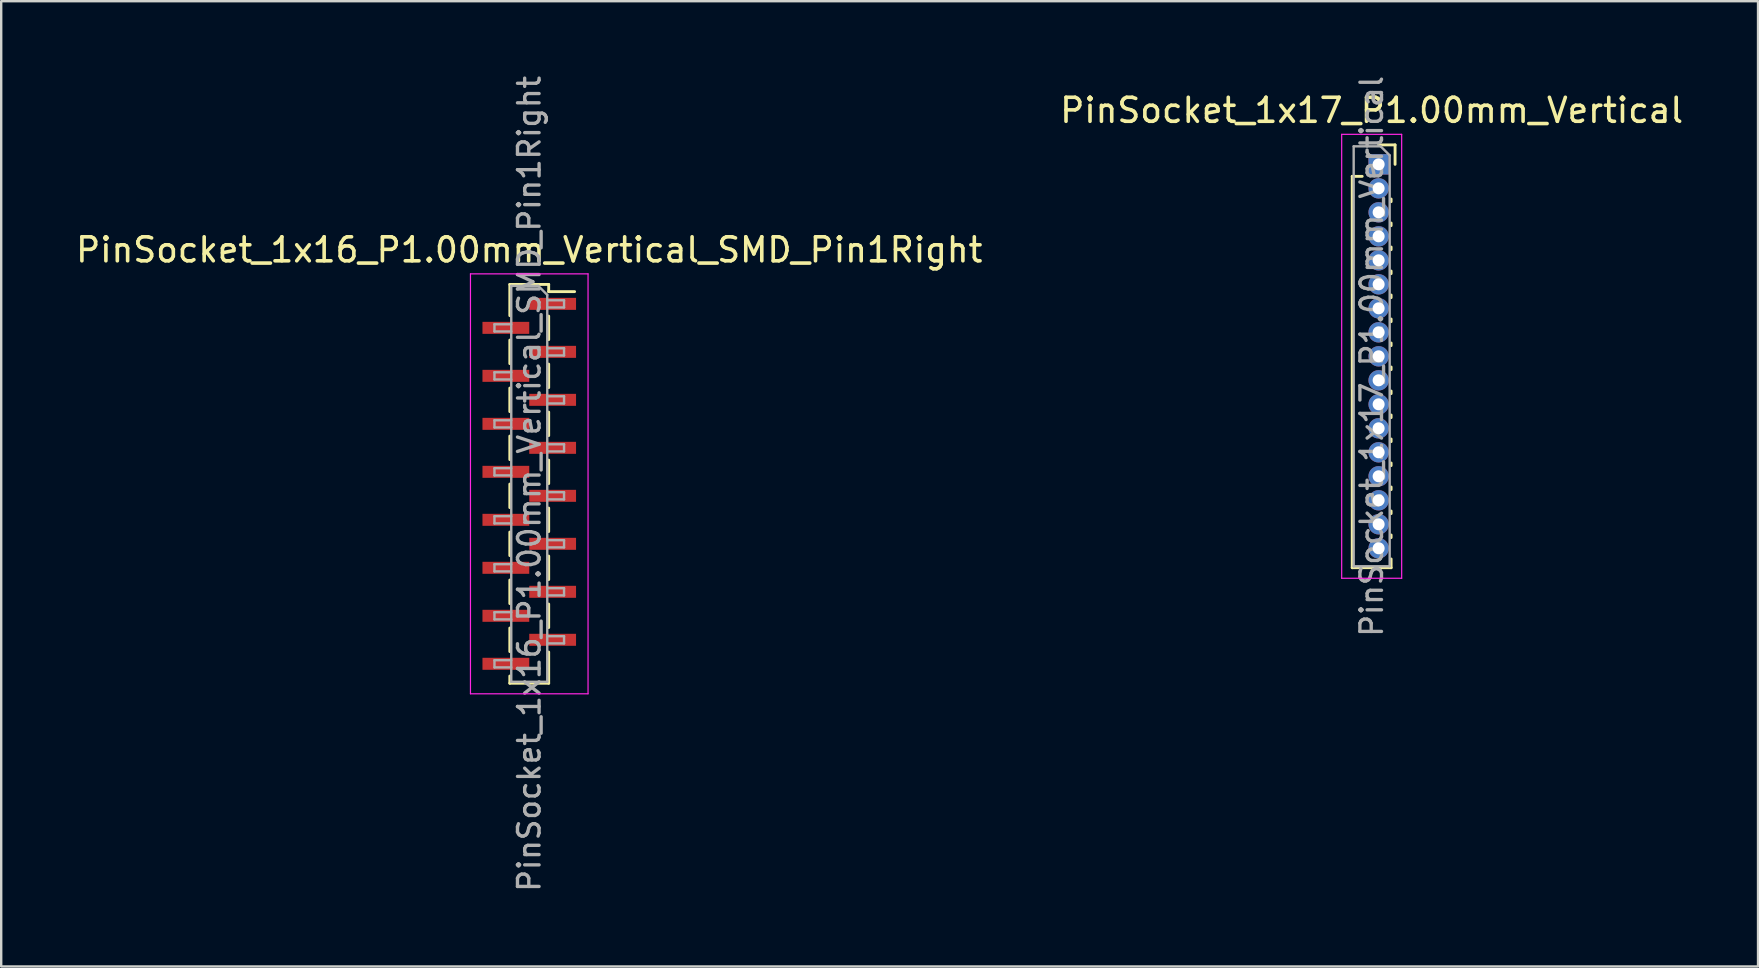
<source format=kicad_pcb>
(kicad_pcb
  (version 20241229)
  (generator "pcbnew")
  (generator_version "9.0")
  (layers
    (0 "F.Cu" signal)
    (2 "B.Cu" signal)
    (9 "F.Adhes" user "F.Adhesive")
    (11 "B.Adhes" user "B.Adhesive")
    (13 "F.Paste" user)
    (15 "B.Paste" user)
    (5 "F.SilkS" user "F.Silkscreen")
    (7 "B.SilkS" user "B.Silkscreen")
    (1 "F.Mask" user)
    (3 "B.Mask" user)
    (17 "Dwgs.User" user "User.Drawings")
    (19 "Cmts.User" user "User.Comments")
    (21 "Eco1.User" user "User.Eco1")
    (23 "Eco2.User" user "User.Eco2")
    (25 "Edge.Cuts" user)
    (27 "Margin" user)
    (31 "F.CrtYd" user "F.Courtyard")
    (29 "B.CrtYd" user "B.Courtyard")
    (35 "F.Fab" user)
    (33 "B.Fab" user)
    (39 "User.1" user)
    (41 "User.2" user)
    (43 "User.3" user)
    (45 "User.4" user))
  (footprint "PinSocket_1x16_P1.00mm_Vertical_SMD_Pin1Right"
    (layer "F.Cu")
    (at 19.006 17.113)
    (property "Reference" "PinSocket_1x16_P1.00mm_Vertical_SMD_Pin1Right" (at 0 -9.75 0) (layer "F.SilkS") (effects (font (size 1 1) (thickness 0.15))))
    (attr smd)
    (fp_line (start -0.81 -8.31) (end -0.81 -7.01) (stroke (width 0.12) (type solid)) (layer "F.SilkS"))
    (fp_line (start -0.81 -8.31) (end 0.81 -8.31) (stroke (width 0.12) (type solid)) (layer "F.SilkS"))
    (fp_line (start -0.81 -5.99) (end -0.81 -5.01) (stroke (width 0.12) (type solid)) (layer "F.SilkS"))
    (fp_line (start -0.81 -3.99) (end -0.81 -3.01) (stroke (width 0.12) (type solid)) (layer "F.SilkS"))
    (fp_line (start -0.81 -1.99) (end -0.81 -1.01) (stroke (width 0.12) (type solid)) (layer "F.SilkS"))
    (fp_line (start -0.81 0.01) (end -0.81 0.99) (stroke (width 0.12) (type solid)) (layer "F.SilkS"))
    (fp_line (start -0.81 2.01) (end -0.81 2.99) (stroke (width 0.12) (type solid)) (layer "F.SilkS"))
    (fp_line (start -0.81 4.01) (end -0.81 4.99) (stroke (width 0.12) (type solid)) (layer "F.SilkS"))
    (fp_line (start -0.81 6.01) (end -0.81 6.99) (stroke (width 0.12) (type solid)) (layer "F.SilkS"))
    (fp_line (start -0.81 8.01) (end -0.81 8.31) (stroke (width 0.12) (type solid)) (layer "F.SilkS"))
    (fp_line (start -0.81 8.31) (end 0.81 8.31) (stroke (width 0.12) (type solid)) (layer "F.SilkS"))
    (fp_line (start 0.81 -8.31) (end 0.81 -8.01) (stroke (width 0.12) (type solid)) (layer "F.SilkS"))
    (fp_line (start 0.81 -8.01) (end 1.89 -8.01) (stroke (width 0.12) (type solid)) (layer "F.SilkS"))
    (fp_line (start 0.81 -6.99) (end 0.81 -6.01) (stroke (width 0.12) (type solid)) (layer "F.SilkS"))
    (fp_line (start 0.81 -4.99) (end 0.81 -4.01) (stroke (width 0.12) (type solid)) (layer "F.SilkS"))
    (fp_line (start 0.81 -2.99) (end 0.81 -2.01) (stroke (width 0.12) (type solid)) (layer "F.SilkS"))
    (fp_line (start 0.81 -0.99) (end 0.81 -0.01) (stroke (width 0.12) (type solid)) (layer "F.SilkS"))
    (fp_line (start 0.81 1.01) (end 0.81 1.99) (stroke (width 0.12) (type solid)) (layer "F.SilkS"))
    (fp_line (start 0.81 3.01) (end 0.81 3.99) (stroke (width 0.12) (type solid)) (layer "F.SilkS"))
    (fp_line (start 0.81 5.01) (end 0.81 5.99) (stroke (width 0.12) (type solid)) (layer "F.SilkS"))
    (fp_line (start 0.81 7.01) (end 0.81 8.31) (stroke (width 0.12) (type solid)) (layer "F.SilkS"))
    (fp_line (start -2.45 -8.75) (end 2.45 -8.75) (stroke (width 0.05) (type solid)) (layer "F.CrtYd"))
    (fp_line (start -2.45 8.75) (end -2.45 -8.75) (stroke (width 0.05) (type solid)) (layer "F.CrtYd"))
    (fp_line (start 2.45 -8.75) (end 2.45 8.75) (stroke (width 0.05) (type solid)) (layer "F.CrtYd"))
    (fp_line (start 2.45 8.75) (end -2.45 8.75) (stroke (width 0.05) (type solid)) (layer "F.CrtYd"))
    (fp_line (start -1.45 -6.65) (end -0.75 -6.65) (stroke (width 0.1) (type solid)) (layer "F.Fab"))
    (fp_line (start -1.45 -6.35) (end -1.45 -6.65) (stroke (width 0.1) (type solid)) (layer "F.Fab"))
    (fp_line (start -1.45 -4.65) (end -0.75 -4.65) (stroke (width 0.1) (type solid)) (layer "F.Fab"))
    (fp_line (start -1.45 -4.35) (end -1.45 -4.65) (stroke (width 0.1) (type solid)) (layer "F.Fab"))
    (fp_line (start -1.45 -2.65) (end -0.75 -2.65) (stroke (width 0.1) (type solid)) (layer "F.Fab"))
    (fp_line (start -1.45 -2.35) (end -1.45 -2.65) (stroke (width 0.1) (type solid)) (layer "F.Fab"))
    (fp_line (start -1.45 -0.65) (end -0.75 -0.65) (stroke (width 0.1) (type solid)) (layer "F.Fab"))
    (fp_line (start -1.45 -0.35) (end -1.45 -0.65) (stroke (width 0.1) (type solid)) (layer "F.Fab"))
    (fp_line (start -1.45 1.35) (end -0.75 1.35) (stroke (width 0.1) (type solid)) (layer "F.Fab"))
    (fp_line (start -1.45 1.65) (end -1.45 1.35) (stroke (width 0.1) (type solid)) (layer "F.Fab"))
    (fp_line (start -1.45 3.35) (end -0.75 3.35) (stroke (width 0.1) (type solid)) (layer "F.Fab"))
    (fp_line (start -1.45 3.65) (end -1.45 3.35) (stroke (width 0.1) (type solid)) (layer "F.Fab"))
    (fp_line (start -1.45 5.35) (end -0.75 5.35) (stroke (width 0.1) (type solid)) (layer "F.Fab"))
    (fp_line (start -1.45 5.65) (end -1.45 5.35) (stroke (width 0.1) (type solid)) (layer "F.Fab"))
    (fp_line (start -1.45 7.35) (end -0.75 7.35) (stroke (width 0.1) (type solid)) (layer "F.Fab"))
    (fp_line (start -1.45 7.65) (end -1.45 7.35) (stroke (width 0.1) (type solid)) (layer "F.Fab"))
    (fp_line (start -0.75 -8.25) (end 0.375 -8.25) (stroke (width 0.1) (type solid)) (layer "F.Fab"))
    (fp_line (start -0.75 -6.35) (end -1.45 -6.35) (stroke (width 0.1) (type solid)) (layer "F.Fab"))
    (fp_line (start -0.75 -4.35) (end -1.45 -4.35) (stroke (width 0.1) (type solid)) (layer "F.Fab"))
    (fp_line (start -0.75 -2.35) (end -1.45 -2.35) (stroke (width 0.1) (type solid)) (layer "F.Fab"))
    (fp_line (start -0.75 -0.35) (end -1.45 -0.35) (stroke (width 0.1) (type solid)) (layer "F.Fab"))
    (fp_line (start -0.75 1.65) (end -1.45 1.65) (stroke (width 0.1) (type solid)) (layer "F.Fab"))
    (fp_line (start -0.75 3.65) (end -1.45 3.65) (stroke (width 0.1) (type solid)) (layer "F.Fab"))
    (fp_line (start -0.75 5.65) (end -1.45 5.65) (stroke (width 0.1) (type solid)) (layer "F.Fab"))
    (fp_line (start -0.75 7.65) (end -1.45 7.65) (stroke (width 0.1) (type solid)) (layer "F.Fab"))
    (fp_line (start -0.75 8.25) (end -0.75 -8.25) (stroke (width 0.1) (type solid)) (layer "F.Fab"))
    (fp_line (start 0.375 -8.25) (end 0.75 -7.875) (stroke (width 0.1) (type solid)) (layer "F.Fab"))
    (fp_line (start 0.75 -7.875) (end 0.75 8.25) (stroke (width 0.1) (type solid)) (layer "F.Fab"))
    (fp_line (start 0.75 -7.65) (end 1.45 -7.65) (stroke (width 0.1) (type solid)) (layer "F.Fab"))
    (fp_line (start 0.75 -5.65) (end 1.45 -5.65) (stroke (width 0.1) (type solid)) (layer "F.Fab"))
    (fp_line (start 0.75 -3.65) (end 1.45 -3.65) (stroke (width 0.1) (type solid)) (layer "F.Fab"))
    (fp_line (start 0.75 -1.65) (end 1.45 -1.65) (stroke (width 0.1) (type solid)) (layer "F.Fab"))
    (fp_line (start 0.75 0.35) (end 1.45 0.35) (stroke (width 0.1) (type solid)) (layer "F.Fab"))
    (fp_line (start 0.75 2.35) (end 1.45 2.35) (stroke (width 0.1) (type solid)) (layer "F.Fab"))
    (fp_line (start 0.75 4.35) (end 1.45 4.35) (stroke (width 0.1) (type solid)) (layer "F.Fab"))
    (fp_line (start 0.75 6.35) (end 1.45 6.35) (stroke (width 0.1) (type solid)) (layer "F.Fab"))
    (fp_line (start 0.75 8.25) (end -0.75 8.25) (stroke (width 0.1) (type solid)) (layer "F.Fab"))
    (fp_line (start 1.45 -7.65) (end 1.45 -7.35) (stroke (width 0.1) (type solid)) (layer "F.Fab"))
    (fp_line (start 1.45 -7.35) (end 0.75 -7.35) (stroke (width 0.1) (type solid)) (layer "F.Fab"))
    (fp_line (start 1.45 -5.65) (end 1.45 -5.35) (stroke (width 0.1) (type solid)) (layer "F.Fab"))
    (fp_line (start 1.45 -5.35) (end 0.75 -5.35) (stroke (width 0.1) (type solid)) (layer "F.Fab"))
    (fp_line (start 1.45 -3.65) (end 1.45 -3.35) (stroke (width 0.1) (type solid)) (layer "F.Fab"))
    (fp_line (start 1.45 -3.35) (end 0.75 -3.35) (stroke (width 0.1) (type solid)) (layer "F.Fab"))
    (fp_line (start 1.45 -1.65) (end 1.45 -1.35) (stroke (width 0.1) (type solid)) (layer "F.Fab"))
    (fp_line (start 1.45 -1.35) (end 0.75 -1.35) (stroke (width 0.1) (type solid)) (layer "F.Fab"))
    (fp_line (start 1.45 0.35) (end 1.45 0.65) (stroke (width 0.1) (type solid)) (layer "F.Fab"))
    (fp_line (start 1.45 0.65) (end 0.75 0.65) (stroke (width 0.1) (type solid)) (layer "F.Fab"))
    (fp_line (start 1.45 2.35) (end 1.45 2.65) (stroke (width 0.1) (type solid)) (layer "F.Fab"))
    (fp_line (start 1.45 2.65) (end 0.75 2.65) (stroke (width 0.1) (type solid)) (layer "F.Fab"))
    (fp_line (start 1.45 4.35) (end 1.45 4.65) (stroke (width 0.1) (type solid)) (layer "F.Fab"))
    (fp_line (start 1.45 4.65) (end 0.75 4.65) (stroke (width 0.1) (type solid)) (layer "F.Fab"))
    (fp_line (start 1.45 6.35) (end 1.45 6.65) (stroke (width 0.1) (type solid)) (layer "F.Fab"))
    (fp_line (start 1.45 6.65) (end 0.75 6.65) (stroke (width 0.1) (type solid)) (layer "F.Fab"))
    (fp_text user "${REFERENCE}" (at 0 0 90) (layer "F.Fab") (effects (font (size 0.9 0.9) (thickness 0.14))))
    (pad "1" smd rect (at 0.975 -7.5) (size 1.95 0.5) (layers "F.Cu" "F.Mask" "F.Paste"))
    (pad "2" smd rect (at -0.975 -6.5) (size 1.95 0.5) (layers "F.Cu" "F.Mask" "F.Paste"))
    (pad "3" smd rect (at 0.975 -5.5) (size 1.95 0.5) (layers "F.Cu" "F.Mask" "F.Paste"))
    (pad "4" smd rect (at -0.975 -4.5) (size 1.95 0.5) (layers "F.Cu" "F.Mask" "F.Paste"))
    (pad "5" smd rect (at 0.975 -3.5) (size 1.95 0.5) (layers "F.Cu" "F.Mask" "F.Paste"))
    (pad "6" smd rect (at -0.975 -2.5) (size 1.95 0.5) (layers "F.Cu" "F.Mask" "F.Paste"))
    (pad "7" smd rect (at 0.975 -1.5) (size 1.95 0.5) (layers "F.Cu" "F.Mask" "F.Paste"))
    (pad "8" smd rect (at -0.975 -0.5) (size 1.95 0.5) (layers "F.Cu" "F.Mask" "F.Paste"))
    (pad "9" smd rect (at 0.975 0.5) (size 1.95 0.5) (layers "F.Cu" "F.Mask" "F.Paste"))
    (pad "10" smd rect (at -0.975 1.5) (size 1.95 0.5) (layers "F.Cu" "F.Mask" "F.Paste"))
    (pad "11" smd rect (at 0.975 2.5) (size 1.95 0.5) (layers "F.Cu" "F.Mask" "F.Paste"))
    (pad "12" smd rect (at -0.975 3.5) (size 1.95 0.5) (layers "F.Cu" "F.Mask" "F.Paste"))
    (pad "13" smd rect (at 0.975 4.5) (size 1.95 0.5) (layers "F.Cu" "F.Mask" "F.Paste"))
    (pad "14" smd rect (at -0.975 5.5) (size 1.95 0.5) (layers "F.Cu" "F.Mask" "F.Paste"))
    (pad "15" smd rect (at 0.975 6.5) (size 1.95 0.5) (layers "F.Cu" "F.Mask" "F.Paste"))
    (pad "16" smd rect (at -0.975 7.5) (size 1.95 0.5) (layers "F.Cu" "F.Mask" "F.Paste")))
  (footprint "PinSocket_1x17_P1.00mm_Vertical"
    (layer "F.Cu")
    (at 54.403 3.799)
    (property "Reference" "PinSocket_1x17_P1.00mm_Vertical" (at -0.29 -2.25 0) (layer "F.SilkS") (effects (font (size 1 1) (thickness 0.15))))
    (attr through_hole)
    (fp_line (start -1.1 0.5) (end -1.1 16.81) (stroke (width 0.12) (type solid)) (layer "F.SilkS"))
    (fp_line (start -1.1 0.5) (end -0.685 0.5) (stroke (width 0.12) (type solid)) (layer "F.SilkS"))
    (fp_line (start -1.1 16.81) (end 0.52 16.81) (stroke (width 0.12) (type solid)) (layer "F.SilkS"))
    (fp_line (start 0 -0.81) (end 0.685 -0.81) (stroke (width 0.12) (type solid)) (layer "F.SilkS"))
    (fp_line (start 0.52 1.446) (end 0.52 1.554) (stroke (width 0.12) (type solid)) (layer "F.SilkS"))
    (fp_line (start 0.52 2.446) (end 0.52 2.554) (stroke (width 0.12) (type solid)) (layer "F.SilkS"))
    (fp_line (start 0.52 3.446) (end 0.52 3.554) (stroke (width 0.12) (type solid)) (layer "F.SilkS"))
    (fp_line (start 0.52 4.446) (end 0.52 4.554) (stroke (width 0.12) (type solid)) (layer "F.SilkS"))
    (fp_line (start 0.52 5.446) (end 0.52 5.554) (stroke (width 0.12) (type solid)) (layer "F.SilkS"))
    (fp_line (start 0.52 6.446) (end 0.52 6.554) (stroke (width 0.12) (type solid)) (layer "F.SilkS"))
    (fp_line (start 0.52 7.446) (end 0.52 7.554) (stroke (width 0.12) (type solid)) (layer "F.SilkS"))
    (fp_line (start 0.52 8.446) (end 0.52 8.554) (stroke (width 0.12) (type solid)) (layer "F.SilkS"))
    (fp_line (start 0.52 9.446) (end 0.52 9.554) (stroke (width 0.12) (type solid)) (layer "F.SilkS"))
    (fp_line (start 0.52 10.446) (end 0.52 10.554) (stroke (width 0.12) (type solid)) (layer "F.SilkS"))
    (fp_line (start 0.52 11.446) (end 0.52 11.554) (stroke (width 0.12) (type solid)) (layer "F.SilkS"))
    (fp_line (start 0.52 12.446) (end 0.52 12.554) (stroke (width 0.12) (type solid)) (layer "F.SilkS"))
    (fp_line (start 0.52 13.446) (end 0.52 13.554) (stroke (width 0.12) (type solid)) (layer "F.SilkS"))
    (fp_line (start 0.52 14.446) (end 0.52 14.554) (stroke (width 0.12) (type solid)) (layer "F.SilkS"))
    (fp_line (start 0.52 15.446) (end 0.52 15.554) (stroke (width 0.12) (type solid)) (layer "F.SilkS"))
    (fp_line (start 0.52 16.446) (end 0.52 16.81) (stroke (width 0.12) (type solid)) (layer "F.SilkS"))
    (fp_line (start 0.685 -0.81) (end 0.685 0) (stroke (width 0.12) (type solid)) (layer "F.SilkS"))
    (fp_line (start -1.54 -1.25) (end 0.96 -1.25) (stroke (width 0.05) (type solid)) (layer "F.CrtYd"))
    (fp_line (start -1.54 17.25) (end -1.54 -1.25) (stroke (width 0.05) (type solid)) (layer "F.CrtYd"))
    (fp_line (start 0.96 -1.25) (end 0.96 17.25) (stroke (width 0.05) (type solid)) (layer "F.CrtYd"))
    (fp_line (start 0.96 17.25) (end -1.54 17.25) (stroke (width 0.05) (type solid)) (layer "F.CrtYd"))
    (fp_line (start -1.04 -0.75) (end 0.085 -0.75) (stroke (width 0.1) (type solid)) (layer "F.Fab"))
    (fp_line (start -1.04 16.75) (end -1.04 -0.75) (stroke (width 0.1) (type solid)) (layer "F.Fab"))
    (fp_line (start 0.085 -0.75) (end 0.46 -0.375) (stroke (width 0.1) (type solid)) (layer "F.Fab"))
    (fp_line (start 0.46 -0.375) (end 0.46 16.75) (stroke (width 0.1) (type solid)) (layer "F.Fab"))
    (fp_line (start 0.46 16.75) (end -1.04 16.75) (stroke (width 0.1) (type solid)) (layer "F.Fab"))
    (fp_text user "${REFERENCE}" (at -0.29 8 90) (layer "F.Fab") (effects (font (size 0.9 0.9) (thickness 0.14))))
    (pad "1" thru_hole rect (at 0 0) (size 0.85 0.85) (drill 0.5) (layers "*.Cu" "*.Mask"))
    (pad "2" thru_hole oval (at 0 1) (size 0.85 0.85) (drill 0.5) (layers "*.Cu" "*.Mask"))
    (pad "3" thru_hole oval (at 0 2) (size 0.85 0.85) (drill 0.5) (layers "*.Cu" "*.Mask"))
    (pad "4" thru_hole oval (at 0 3) (size 0.85 0.85) (drill 0.5) (layers "*.Cu" "*.Mask"))
    (pad "5" thru_hole oval (at 0 4) (size 0.85 0.85) (drill 0.5) (layers "*.Cu" "*.Mask"))
    (pad "6" thru_hole oval (at 0 5) (size 0.85 0.85) (drill 0.5) (layers "*.Cu" "*.Mask"))
    (pad "7" thru_hole oval (at 0 6) (size 0.85 0.85) (drill 0.5) (layers "*.Cu" "*.Mask"))
    (pad "8" thru_hole oval (at 0 7) (size 0.85 0.85) (drill 0.5) (layers "*.Cu" "*.Mask"))
    (pad "9" thru_hole oval (at 0 8) (size 0.85 0.85) (drill 0.5) (layers "*.Cu" "*.Mask"))
    (pad "10" thru_hole oval (at 0 9) (size 0.85 0.85) (drill 0.5) (layers "*.Cu" "*.Mask"))
    (pad "11" thru_hole oval (at 0 10) (size 0.85 0.85) (drill 0.5) (layers "*.Cu" "*.Mask"))
    (pad "12" thru_hole oval (at 0 11) (size 0.85 0.85) (drill 0.5) (layers "*.Cu" "*.Mask"))
    (pad "13" thru_hole oval (at 0 12) (size 0.85 0.85) (drill 0.5) (layers "*.Cu" "*.Mask"))
    (pad "14" thru_hole oval (at 0 13) (size 0.85 0.85) (drill 0.5) (layers "*.Cu" "*.Mask"))
    (pad "15" thru_hole oval (at 0 14) (size 0.85 0.85) (drill 0.5) (layers "*.Cu" "*.Mask"))
    (pad "16" thru_hole oval (at 0 15) (size 0.85 0.85) (drill 0.5) (layers "*.Cu" "*.Mask"))
    (pad "17" thru_hole oval (at 0 16) (size 0.85 0.85) (drill 0.5) (layers "*.Cu" "*.Mask")))
  (gr_rect
    (start -3 -3)
    (end 70.214 37.226)
    (stroke (width 0.1) (type default))
    (fill no)
    (layer "Edge.Cuts")))
</source>
